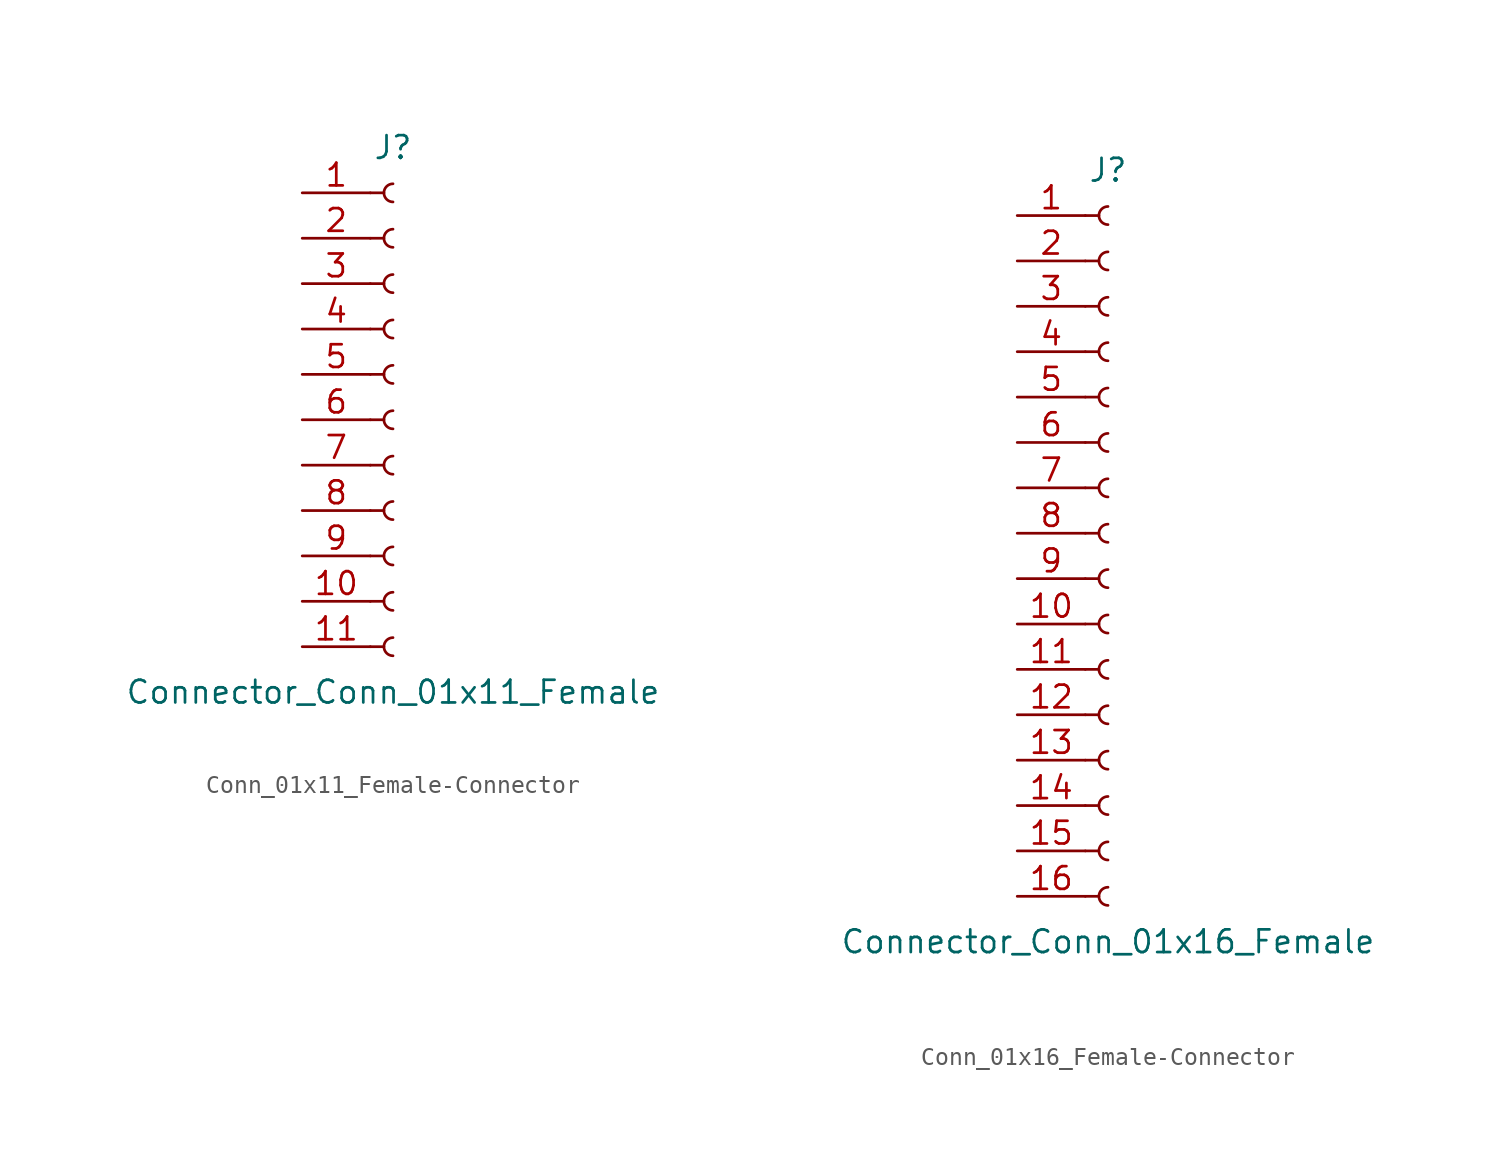
<source format=kicad_sym>
(kicad_symbol_lib
  (version 20231120)
  (generator "kicad_symbol_editor")
  (generator_version "8.0")
  (symbol "Conn_01x11_Female-Connector"
    (pin_names
      (offset 1.016) hide)
    (property "Reference" "J"
      (at 0 15.24 0)
      (effects (font (size 1.27 1.27))))
    (property "Value" "Connector_Conn_01x11_Female"
      (at 0 -15.24 0)
      (effects (font (size 1.27 1.27))))
    (symbol "Conn_01x11_Female-Connector_1_1"
      (arc (start 0 -12.192) (mid -0.508 -12.7) (end 0 -13.208) (stroke (width 0.1524) (type solid)) (fill (type none)))
      (arc (start 0 -9.652) (mid -0.508 -10.16) (end 0 -10.668) (stroke (width 0.1524) (type solid)) (fill (type none)))
      (arc (start 0 -7.112) (mid -0.508 -7.62) (end 0 -8.128) (stroke (width 0.1524) (type solid)) (fill (type none)))
      (arc (start 0 -4.572) (mid -0.508 -5.08) (end 0 -5.588) (stroke (width 0.1524) (type solid)) (fill (type none)))
      (arc (start 0 -2.032) (mid -0.508 -2.54) (end 0 -3.048) (stroke (width 0.1524) (type solid)) (fill (type none)))
      (polyline (pts (xy -1.27 -12.7) (xy -0.508 -12.7)) (stroke (width 0.152) (type solid)) (fill (type none)))
      (polyline (pts (xy -1.27 -10.16) (xy -0.508 -10.16)) (stroke (width 0.152) (type solid)) (fill (type none)))
      (polyline (pts (xy -1.27 -7.62) (xy -0.508 -7.62)) (stroke (width 0.152) (type solid)) (fill (type none)))
      (polyline (pts (xy -1.27 -5.08) (xy -0.508 -5.08)) (stroke (width 0.152) (type solid)) (fill (type none)))
      (polyline (pts (xy -1.27 -2.54) (xy -0.508 -2.54)) (stroke (width 0.152) (type solid)) (fill (type none)))
      (polyline (pts (xy -1.27 0) (xy -0.508 0)) (stroke (width 0.152) (type solid)) (fill (type none)))
      (polyline (pts (xy -1.27 2.54) (xy -0.508 2.54)) (stroke (width 0.152) (type solid)) (fill (type none)))
      (polyline (pts (xy -1.27 5.08) (xy -0.508 5.08)) (stroke (width 0.152) (type solid)) (fill (type none)))
      (polyline (pts (xy -1.27 7.62) (xy -0.508 7.62)) (stroke (width 0.152) (type solid)) (fill (type none)))
      (polyline (pts (xy -1.27 10.16) (xy -0.508 10.16)) (stroke (width 0.152) (type solid)) (fill (type none)))
      (polyline (pts (xy -1.27 12.7) (xy -0.508 12.7)) (stroke (width 0.152) (type solid)) (fill (type none)))
      (arc (start 0 0.508) (mid -0.508 0) (end 0 -0.508) (stroke (width 0.1524) (type solid)) (fill (type none)))
      (arc (start 0 3.048) (mid -0.508 2.54) (end 0 2.032) (stroke (width 0.1524) (type solid)) (fill (type none)))
      (arc (start 0 5.588) (mid -0.508 5.08) (end 0 4.572) (stroke (width 0.1524) (type solid)) (fill (type none)))
      (arc (start 0 8.128) (mid -0.508 7.62) (end 0 7.112) (stroke (width 0.1524) (type solid)) (fill (type none)))
      (arc (start 0 10.668) (mid -0.508 10.16) (end 0 9.652) (stroke (width 0.1524) (type solid)) (fill (type none)))
      (arc (start 0 13.208) (mid -0.508 12.7) (end 0 12.192) (stroke (width 0.1524) (type solid)) (fill (type none)))
      (pin passive line (at -5.08 12.7 0) (length 3.81) (name "Pin_1" (effects (font (size 1.27 1.27)))) (number "1" (effects (font (size 1.27 1.27)))))
      (pin passive line (at -5.08 -10.16 0) (length 3.81) (name "Pin_10" (effects (font (size 1.27 1.27)))) (number "10" (effects (font (size 1.27 1.27)))))
      (pin passive line (at -5.08 -12.7 0) (length 3.81) (name "Pin_11" (effects (font (size 1.27 1.27)))) (number "11" (effects (font (size 1.27 1.27)))))
      (pin passive line (at -5.08 10.16 0) (length 3.81) (name "Pin_2" (effects (font (size 1.27 1.27)))) (number "2" (effects (font (size 1.27 1.27)))))
      (pin passive line (at -5.08 7.62 0) (length 3.81) (name "Pin_3" (effects (font (size 1.27 1.27)))) (number "3" (effects (font (size 1.27 1.27)))))
      (pin passive line (at -5.08 5.08 0) (length 3.81) (name "Pin_4" (effects (font (size 1.27 1.27)))) (number "4" (effects (font (size 1.27 1.27)))))
      (pin passive line (at -5.08 2.54 0) (length 3.81) (name "Pin_5" (effects (font (size 1.27 1.27)))) (number "5" (effects (font (size 1.27 1.27)))))
      (pin passive line (at -5.08 0 0) (length 3.81) (name "Pin_6" (effects (font (size 1.27 1.27)))) (number "6" (effects (font (size 1.27 1.27)))))
      (pin passive line (at -5.08 -2.54 0) (length 3.81) (name "Pin_7" (effects (font (size 1.27 1.27)))) (number "7" (effects (font (size 1.27 1.27)))))
      (pin passive line (at -5.08 -5.08 0) (length 3.81) (name "Pin_8" (effects (font (size 1.27 1.27)))) (number "8" (effects (font (size 1.27 1.27)))))
      (pin passive line (at -5.08 -7.62 0) (length 3.81) (name "Pin_9" (effects (font (size 1.27 1.27)))) (number "9" (effects (font (size 1.27 1.27)))))))
  (symbol "Conn_01x16_Female-Connector"
    (pin_names
      (offset 1.016) hide)
    (property "Reference" "J"
      (at 0 20.32 0)
      (effects (font (size 1.27 1.27))))
    (property "Value" "Connector_Conn_01x16_Female"
      (at 0 -22.86 0)
      (effects (font (size 1.27 1.27))))
    (symbol "Conn_01x16_Female-Connector_1_1"
      (arc (start 0 -19.812) (mid -0.508 -20.32) (end 0 -20.828) (stroke (width 0.1524) (type solid)) (fill (type none)))
      (arc (start 0 -17.272) (mid -0.508 -17.78) (end 0 -18.288) (stroke (width 0.1524) (type solid)) (fill (type none)))
      (arc (start 0 -14.732) (mid -0.508 -15.24) (end 0 -15.748) (stroke (width 0.1524) (type solid)) (fill (type none)))
      (arc (start 0 -12.192) (mid -0.508 -12.7) (end 0 -13.208) (stroke (width 0.1524) (type solid)) (fill (type none)))
      (arc (start 0 -9.652) (mid -0.508 -10.16) (end 0 -10.668) (stroke (width 0.1524) (type solid)) (fill (type none)))
      (arc (start 0 -7.112) (mid -0.508 -7.62) (end 0 -8.128) (stroke (width 0.1524) (type solid)) (fill (type none)))
      (arc (start 0 -4.572) (mid -0.508 -5.08) (end 0 -5.588) (stroke (width 0.1524) (type solid)) (fill (type none)))
      (arc (start 0 -2.032) (mid -0.508 -2.54) (end 0 -3.048) (stroke (width 0.1524) (type solid)) (fill (type none)))
      (polyline (pts (xy -1.27 -20.32) (xy -0.508 -20.32)) (stroke (width 0.152) (type solid)) (fill (type none)))
      (polyline (pts (xy -1.27 -17.78) (xy -0.508 -17.78)) (stroke (width 0.152) (type solid)) (fill (type none)))
      (polyline (pts (xy -1.27 -15.24) (xy -0.508 -15.24)) (stroke (width 0.152) (type solid)) (fill (type none)))
      (polyline (pts (xy -1.27 -12.7) (xy -0.508 -12.7)) (stroke (width 0.152) (type solid)) (fill (type none)))
      (polyline (pts (xy -1.27 -10.16) (xy -0.508 -10.16)) (stroke (width 0.152) (type solid)) (fill (type none)))
      (polyline (pts (xy -1.27 -7.62) (xy -0.508 -7.62)) (stroke (width 0.152) (type solid)) (fill (type none)))
      (polyline (pts (xy -1.27 -5.08) (xy -0.508 -5.08)) (stroke (width 0.152) (type solid)) (fill (type none)))
      (polyline (pts (xy -1.27 -2.54) (xy -0.508 -2.54)) (stroke (width 0.152) (type solid)) (fill (type none)))
      (polyline (pts (xy -1.27 0) (xy -0.508 0)) (stroke (width 0.152) (type solid)) (fill (type none)))
      (polyline (pts (xy -1.27 2.54) (xy -0.508 2.54)) (stroke (width 0.152) (type solid)) (fill (type none)))
      (polyline (pts (xy -1.27 5.08) (xy -0.508 5.08)) (stroke (width 0.152) (type solid)) (fill (type none)))
      (polyline (pts (xy -1.27 7.62) (xy -0.508 7.62)) (stroke (width 0.152) (type solid)) (fill (type none)))
      (polyline (pts (xy -1.27 10.16) (xy -0.508 10.16)) (stroke (width 0.152) (type solid)) (fill (type none)))
      (polyline (pts (xy -1.27 12.7) (xy -0.508 12.7)) (stroke (width 0.152) (type solid)) (fill (type none)))
      (polyline (pts (xy -1.27 15.24) (xy -0.508 15.24)) (stroke (width 0.152) (type solid)) (fill (type none)))
      (polyline (pts (xy -1.27 17.78) (xy -0.508 17.78)) (stroke (width 0.152) (type solid)) (fill (type none)))
      (arc (start 0 0.508) (mid -0.508 0) (end 0 -0.508) (stroke (width 0.1524) (type solid)) (fill (type none)))
      (arc (start 0 3.048) (mid -0.508 2.54) (end 0 2.032) (stroke (width 0.1524) (type solid)) (fill (type none)))
      (arc (start 0 5.588) (mid -0.508 5.08) (end 0 4.572) (stroke (width 0.1524) (type solid)) (fill (type none)))
      (arc (start 0 8.128) (mid -0.508 7.62) (end 0 7.112) (stroke (width 0.1524) (type solid)) (fill (type none)))
      (arc (start 0 10.668) (mid -0.508 10.16) (end 0 9.652) (stroke (width 0.1524) (type solid)) (fill (type none)))
      (arc (start 0 13.208) (mid -0.508 12.7) (end 0 12.192) (stroke (width 0.1524) (type solid)) (fill (type none)))
      (arc (start 0 15.748) (mid -0.508 15.24) (end 0 14.732) (stroke (width 0.1524) (type solid)) (fill (type none)))
      (arc (start 0 18.288) (mid -0.508 17.78) (end 0 17.272) (stroke (width 0.1524) (type solid)) (fill (type none)))
      (pin passive line (at -5.08 17.78 0) (length 3.81) (name "Pin_1" (effects (font (size 1.27 1.27)))) (number "1" (effects (font (size 1.27 1.27)))))
      (pin passive line (at -5.08 -5.08 0) (length 3.81) (name "Pin_10" (effects (font (size 1.27 1.27)))) (number "10" (effects (font (size 1.27 1.27)))))
      (pin passive line (at -5.08 -7.62 0) (length 3.81) (name "Pin_11" (effects (font (size 1.27 1.27)))) (number "11" (effects (font (size 1.27 1.27)))))
      (pin passive line (at -5.08 -10.16 0) (length 3.81) (name "Pin_12" (effects (font (size 1.27 1.27)))) (number "12" (effects (font (size 1.27 1.27)))))
      (pin passive line (at -5.08 -12.7 0) (length 3.81) (name "Pin_13" (effects (font (size 1.27 1.27)))) (number "13" (effects (font (size 1.27 1.27)))))
      (pin passive line (at -5.08 -15.24 0) (length 3.81) (name "Pin_14" (effects (font (size 1.27 1.27)))) (number "14" (effects (font (size 1.27 1.27)))))
      (pin passive line (at -5.08 -17.78 0) (length 3.81) (name "Pin_15" (effects (font (size 1.27 1.27)))) (number "15" (effects (font (size 1.27 1.27)))))
      (pin passive line (at -5.08 -20.32 0) (length 3.81) (name "Pin_16" (effects (font (size 1.27 1.27)))) (number "16" (effects (font (size 1.27 1.27)))))
      (pin passive line (at -5.08 15.24 0) (length 3.81) (name "Pin_2" (effects (font (size 1.27 1.27)))) (number "2" (effects (font (size 1.27 1.27)))))
      (pin passive line (at -5.08 12.7 0) (length 3.81) (name "Pin_3" (effects (font (size 1.27 1.27)))) (number "3" (effects (font (size 1.27 1.27)))))
      (pin passive line (at -5.08 10.16 0) (length 3.81) (name "Pin_4" (effects (font (size 1.27 1.27)))) (number "4" (effects (font (size 1.27 1.27)))))
      (pin passive line (at -5.08 7.62 0) (length 3.81) (name "Pin_5" (effects (font (size 1.27 1.27)))) (number "5" (effects (font (size 1.27 1.27)))))
      (pin passive line (at -5.08 5.08 0) (length 3.81) (name "Pin_6" (effects (font (size 1.27 1.27)))) (number "6" (effects (font (size 1.27 1.27)))))
      (pin passive line (at -5.08 2.54 0) (length 3.81) (name "Pin_7" (effects (font (size 1.27 1.27)))) (number "7" (effects (font (size 1.27 1.27)))))
      (pin passive line (at -5.08 0 0) (length 3.81) (name "Pin_8" (effects (font (size 1.27 1.27)))) (number "8" (effects (font (size 1.27 1.27)))))
      (pin passive line (at -5.08 -2.54 0) (length 3.81) (name "Pin_9" (effects (font (size 1.27 1.27)))) (number "9" (effects (font (size 1.27 1.27))))))))
</source>
